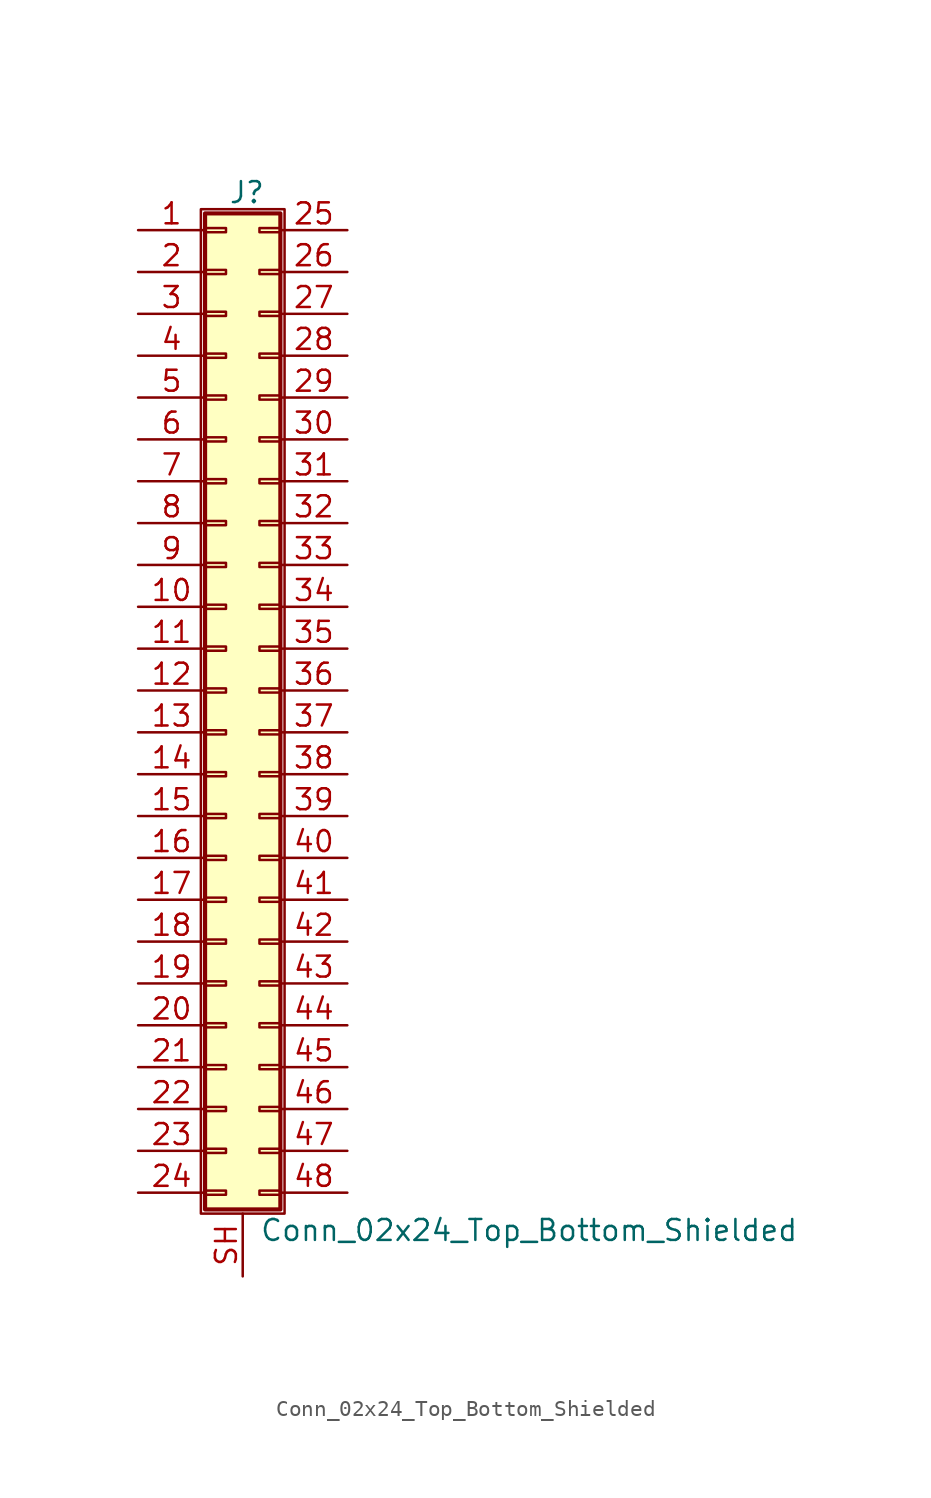
<source format=kicad_sym>
(kicad_symbol_lib
  (version 20201005)
  (generator kicad_symbol_editor)
  (symbol "Conn_02x24_Top_Bottom_Shielded"
    (pin_names
      (offset 1.016) hide)
    (property "Reference" "J"
      (at 1.524 30.226 0)
      (effects (font (size 1.27 1.27))))
    (property "Value" "Conn_02x24_Top_Bottom_Shielded"
      (at 2.286 -32.766 0)
      (effects (font (size 1.27 1.27)) (justify left)))
    (symbol "Conn_02x24_Top_Bottom_Shielded_1_1"
      (rectangle (start -1.27 29.21) (end 3.81 -31.75) (stroke (width 0.152)) (fill (type none)))
      (rectangle (start -1.016 -30.353) (end 0.254 -30.607) (stroke (width 0.152)) (fill (type none)))
      (rectangle (start -1.016 -27.813) (end 0.254 -28.067) (stroke (width 0.152)) (fill (type none)))
      (rectangle (start -1.016 -25.273) (end 0.254 -25.527) (stroke (width 0.152)) (fill (type none)))
      (rectangle (start -1.016 -22.733) (end 0.254 -22.987) (stroke (width 0.152)) (fill (type none)))
      (rectangle (start -1.016 -20.193) (end 0.254 -20.447) (stroke (width 0.152)) (fill (type none)))
      (rectangle (start -1.016 -17.653) (end 0.254 -17.907) (stroke (width 0.152)) (fill (type none)))
      (rectangle (start -1.016 -15.113) (end 0.254 -15.367) (stroke (width 0.152)) (fill (type none)))
      (rectangle (start -1.016 -12.573) (end 0.254 -12.827) (stroke (width 0.152)) (fill (type none)))
      (rectangle (start -1.016 -10.033) (end 0.254 -10.287) (stroke (width 0.152)) (fill (type none)))
      (rectangle (start -1.016 -7.493) (end 0.254 -7.747) (stroke (width 0.152)) (fill (type none)))
      (rectangle (start -1.016 -4.953) (end 0.254 -5.207) (stroke (width 0.152)) (fill (type none)))
      (rectangle (start -1.016 -2.413) (end 0.254 -2.667) (stroke (width 0.152)) (fill (type none)))
      (rectangle (start -1.016 0.127) (end 0.254 -0.127) (stroke (width 0.152)) (fill (type none)))
      (rectangle (start -1.016 2.667) (end 0.254 2.413) (stroke (width 0.152)) (fill (type none)))
      (rectangle (start -1.016 5.207) (end 0.254 4.953) (stroke (width 0.152)) (fill (type none)))
      (rectangle (start -1.016 7.747) (end 0.254 7.493) (stroke (width 0.152)) (fill (type none)))
      (rectangle (start -1.016 10.287) (end 0.254 10.033) (stroke (width 0.152)) (fill (type none)))
      (rectangle (start -1.016 12.827) (end 0.254 12.573) (stroke (width 0.152)) (fill (type none)))
      (rectangle (start -1.016 15.367) (end 0.254 15.113) (stroke (width 0.152)) (fill (type none)))
      (rectangle (start -1.016 17.907) (end 0.254 17.653) (stroke (width 0.152)) (fill (type none)))
      (rectangle (start -1.016 20.447) (end 0.254 20.193) (stroke (width 0.152)) (fill (type none)))
      (rectangle (start -1.016 22.987) (end 0.254 22.733) (stroke (width 0.152)) (fill (type none)))
      (rectangle (start -1.016 25.527) (end 0.254 25.273) (stroke (width 0.152)) (fill (type none)))
      (rectangle (start -1.016 28.067) (end 0.254 27.813) (stroke (width 0.152)) (fill (type none)))
      (rectangle (start -1.016 28.956) (end 3.556 -31.496) (stroke (width 0.254)) (fill (type background)))
      (rectangle (start 3.556 -30.353) (end 2.286 -30.607) (stroke (width 0.152)) (fill (type none)))
      (rectangle (start 3.556 -27.813) (end 2.286 -28.067) (stroke (width 0.152)) (fill (type none)))
      (rectangle (start 3.556 -25.273) (end 2.286 -25.527) (stroke (width 0.152)) (fill (type none)))
      (rectangle (start 3.556 -22.733) (end 2.286 -22.987) (stroke (width 0.152)) (fill (type none)))
      (rectangle (start 3.556 -20.193) (end 2.286 -20.447) (stroke (width 0.152)) (fill (type none)))
      (rectangle (start 3.556 -17.653) (end 2.286 -17.907) (stroke (width 0.152)) (fill (type none)))
      (rectangle (start 3.556 -15.113) (end 2.286 -15.367) (stroke (width 0.152)) (fill (type none)))
      (rectangle (start 3.556 -12.573) (end 2.286 -12.827) (stroke (width 0.152)) (fill (type none)))
      (rectangle (start 3.556 -10.033) (end 2.286 -10.287) (stroke (width 0.152)) (fill (type none)))
      (rectangle (start 3.556 -7.493) (end 2.286 -7.747) (stroke (width 0.152)) (fill (type none)))
      (rectangle (start 3.556 -4.953) (end 2.286 -5.207) (stroke (width 0.152)) (fill (type none)))
      (rectangle (start 3.556 -2.413) (end 2.286 -2.667) (stroke (width 0.152)) (fill (type none)))
      (rectangle (start 3.556 0.127) (end 2.286 -0.127) (stroke (width 0.152)) (fill (type none)))
      (rectangle (start 3.556 2.667) (end 2.286 2.413) (stroke (width 0.152)) (fill (type none)))
      (rectangle (start 3.556 5.207) (end 2.286 4.953) (stroke (width 0.152)) (fill (type none)))
      (rectangle (start 3.556 7.747) (end 2.286 7.493) (stroke (width 0.152)) (fill (type none)))
      (rectangle (start 3.556 10.287) (end 2.286 10.033) (stroke (width 0.152)) (fill (type none)))
      (rectangle (start 3.556 12.827) (end 2.286 12.573) (stroke (width 0.152)) (fill (type none)))
      (rectangle (start 3.556 15.367) (end 2.286 15.113) (stroke (width 0.152)) (fill (type none)))
      (rectangle (start 3.556 17.907) (end 2.286 17.653) (stroke (width 0.152)) (fill (type none)))
      (rectangle (start 3.556 20.447) (end 2.286 20.193) (stroke (width 0.152)) (fill (type none)))
      (rectangle (start 3.556 22.987) (end 2.286 22.733) (stroke (width 0.152)) (fill (type none)))
      (rectangle (start 3.556 25.527) (end 2.286 25.273) (stroke (width 0.152)) (fill (type none)))
      (rectangle (start 3.556 28.067) (end 2.286 27.813) (stroke (width 0.152)) (fill (type none)))
      (pin passive line (at -5.08 27.94 0) (length 4.064) (name "Pin_1" (effects (font (size 1.27 1.27)))) (number "1" (effects (font (size 1.27 1.27)))))
      (pin passive line (at -5.08 5.08 0) (length 4.064) (name "Pin_10" (effects (font (size 1.27 1.27)))) (number "10" (effects (font (size 1.27 1.27)))))
      (pin passive line (at -5.08 2.54 0) (length 4.064) (name "Pin_11" (effects (font (size 1.27 1.27)))) (number "11" (effects (font (size 1.27 1.27)))))
      (pin passive line (at -5.08 0 0) (length 4.064) (name "Pin_12" (effects (font (size 1.27 1.27)))) (number "12" (effects (font (size 1.27 1.27)))))
      (pin passive line (at -5.08 -2.54 0) (length 4.064) (name "Pin_13" (effects (font (size 1.27 1.27)))) (number "13" (effects (font (size 1.27 1.27)))))
      (pin passive line (at -5.08 -5.08 0) (length 4.064) (name "Pin_14" (effects (font (size 1.27 1.27)))) (number "14" (effects (font (size 1.27 1.27)))))
      (pin passive line (at -5.08 -7.62 0) (length 4.064) (name "Pin_15" (effects (font (size 1.27 1.27)))) (number "15" (effects (font (size 1.27 1.27)))))
      (pin passive line (at -5.08 -10.16 0) (length 4.064) (name "Pin_16" (effects (font (size 1.27 1.27)))) (number "16" (effects (font (size 1.27 1.27)))))
      (pin passive line (at -5.08 -12.7 0) (length 4.064) (name "Pin_17" (effects (font (size 1.27 1.27)))) (number "17" (effects (font (size 1.27 1.27)))))
      (pin passive line (at -5.08 -15.24 0) (length 4.064) (name "Pin_18" (effects (font (size 1.27 1.27)))) (number "18" (effects (font (size 1.27 1.27)))))
      (pin passive line (at -5.08 -17.78 0) (length 4.064) (name "Pin_19" (effects (font (size 1.27 1.27)))) (number "19" (effects (font (size 1.27 1.27)))))
      (pin passive line (at -5.08 25.4 0) (length 4.064) (name "Pin_2" (effects (font (size 1.27 1.27)))) (number "2" (effects (font (size 1.27 1.27)))))
      (pin passive line (at -5.08 -20.32 0) (length 4.064) (name "Pin_20" (effects (font (size 1.27 1.27)))) (number "20" (effects (font (size 1.27 1.27)))))
      (pin passive line (at -5.08 -22.86 0) (length 4.064) (name "Pin_21" (effects (font (size 1.27 1.27)))) (number "21" (effects (font (size 1.27 1.27)))))
      (pin passive line (at -5.08 -25.4 0) (length 4.064) (name "Pin_22" (effects (font (size 1.27 1.27)))) (number "22" (effects (font (size 1.27 1.27)))))
      (pin passive line (at -5.08 -27.94 0) (length 4.064) (name "Pin_23" (effects (font (size 1.27 1.27)))) (number "23" (effects (font (size 1.27 1.27)))))
      (pin passive line (at -5.08 -30.48 0) (length 4.064) (name "Pin_24" (effects (font (size 1.27 1.27)))) (number "24" (effects (font (size 1.27 1.27)))))
      (pin passive line (at 7.62 27.94 180) (length 4.064) (name "Pin_25" (effects (font (size 1.27 1.27)))) (number "25" (effects (font (size 1.27 1.27)))))
      (pin passive line (at 7.62 25.4 180) (length 4.064) (name "Pin_26" (effects (font (size 1.27 1.27)))) (number "26" (effects (font (size 1.27 1.27)))))
      (pin passive line (at 7.62 22.86 180) (length 4.064) (name "Pin_27" (effects (font (size 1.27 1.27)))) (number "27" (effects (font (size 1.27 1.27)))))
      (pin passive line (at 7.62 20.32 180) (length 4.064) (name "Pin_28" (effects (font (size 1.27 1.27)))) (number "28" (effects (font (size 1.27 1.27)))))
      (pin passive line (at 7.62 17.78 180) (length 4.064) (name "Pin_29" (effects (font (size 1.27 1.27)))) (number "29" (effects (font (size 1.27 1.27)))))
      (pin passive line (at -5.08 22.86 0) (length 4.064) (name "Pin_3" (effects (font (size 1.27 1.27)))) (number "3" (effects (font (size 1.27 1.27)))))
      (pin passive line (at 7.62 15.24 180) (length 4.064) (name "Pin_30" (effects (font (size 1.27 1.27)))) (number "30" (effects (font (size 1.27 1.27)))))
      (pin passive line (at 7.62 12.7 180) (length 4.064) (name "Pin_31" (effects (font (size 1.27 1.27)))) (number "31" (effects (font (size 1.27 1.27)))))
      (pin passive line (at 7.62 10.16 180) (length 4.064) (name "Pin_32" (effects (font (size 1.27 1.27)))) (number "32" (effects (font (size 1.27 1.27)))))
      (pin passive line (at 7.62 7.62 180) (length 4.064) (name "Pin_33" (effects (font (size 1.27 1.27)))) (number "33" (effects (font (size 1.27 1.27)))))
      (pin passive line (at 7.62 5.08 180) (length 4.064) (name "Pin_34" (effects (font (size 1.27 1.27)))) (number "34" (effects (font (size 1.27 1.27)))))
      (pin passive line (at 7.62 2.54 180) (length 4.064) (name "Pin_35" (effects (font (size 1.27 1.27)))) (number "35" (effects (font (size 1.27 1.27)))))
      (pin passive line (at 7.62 0 180) (length 4.064) (name "Pin_36" (effects (font (size 1.27 1.27)))) (number "36" (effects (font (size 1.27 1.27)))))
      (pin passive line (at 7.62 -2.54 180) (length 4.064) (name "Pin_37" (effects (font (size 1.27 1.27)))) (number "37" (effects (font (size 1.27 1.27)))))
      (pin passive line (at 7.62 -5.08 180) (length 4.064) (name "Pin_38" (effects (font (size 1.27 1.27)))) (number "38" (effects (font (size 1.27 1.27)))))
      (pin passive line (at 7.62 -7.62 180) (length 4.064) (name "Pin_39" (effects (font (size 1.27 1.27)))) (number "39" (effects (font (size 1.27 1.27)))))
      (pin passive line (at -5.08 20.32 0) (length 4.064) (name "Pin_4" (effects (font (size 1.27 1.27)))) (number "4" (effects (font (size 1.27 1.27)))))
      (pin passive line (at 7.62 -10.16 180) (length 4.064) (name "Pin_40" (effects (font (size 1.27 1.27)))) (number "40" (effects (font (size 1.27 1.27)))))
      (pin passive line (at 7.62 -12.7 180) (length 4.064) (name "Pin_41" (effects (font (size 1.27 1.27)))) (number "41" (effects (font (size 1.27 1.27)))))
      (pin passive line (at 7.62 -15.24 180) (length 4.064) (name "Pin_42" (effects (font (size 1.27 1.27)))) (number "42" (effects (font (size 1.27 1.27)))))
      (pin passive line (at 7.62 -17.78 180) (length 4.064) (name "Pin_43" (effects (font (size 1.27 1.27)))) (number "43" (effects (font (size 1.27 1.27)))))
      (pin passive line (at 7.62 -20.32 180) (length 4.064) (name "Pin_44" (effects (font (size 1.27 1.27)))) (number "44" (effects (font (size 1.27 1.27)))))
      (pin passive line (at 7.62 -22.86 180) (length 4.064) (name "Pin_45" (effects (font (size 1.27 1.27)))) (number "45" (effects (font (size 1.27 1.27)))))
      (pin passive line (at 7.62 -25.4 180) (length 4.064) (name "Pin_46" (effects (font (size 1.27 1.27)))) (number "46" (effects (font (size 1.27 1.27)))))
      (pin passive line (at 7.62 -27.94 180) (length 4.064) (name "Pin_47" (effects (font (size 1.27 1.27)))) (number "47" (effects (font (size 1.27 1.27)))))
      (pin passive line (at 7.62 -30.48 180) (length 4.064) (name "Pin_48" (effects (font (size 1.27 1.27)))) (number "48" (effects (font (size 1.27 1.27)))))
      (pin passive line (at -5.08 17.78 0) (length 4.064) (name "Pin_5" (effects (font (size 1.27 1.27)))) (number "5" (effects (font (size 1.27 1.27)))))
      (pin passive line (at -5.08 15.24 0) (length 4.064) (name "Pin_6" (effects (font (size 1.27 1.27)))) (number "6" (effects (font (size 1.27 1.27)))))
      (pin passive line (at -5.08 12.7 0) (length 4.064) (name "Pin_7" (effects (font (size 1.27 1.27)))) (number "7" (effects (font (size 1.27 1.27)))))
      (pin passive line (at -5.08 10.16 0) (length 4.064) (name "Pin_8" (effects (font (size 1.27 1.27)))) (number "8" (effects (font (size 1.27 1.27)))))
      (pin passive line (at -5.08 7.62 0) (length 4.064) (name "Pin_9" (effects (font (size 1.27 1.27)))) (number "9" (effects (font (size 1.27 1.27)))))
      (pin passive line (at 1.27 -35.56 90) (length 3.81) (name "Shield" (effects (font (size 1.27 1.27)))) (number "SH" (effects (font (size 1.27 1.27))))))))
</source>
